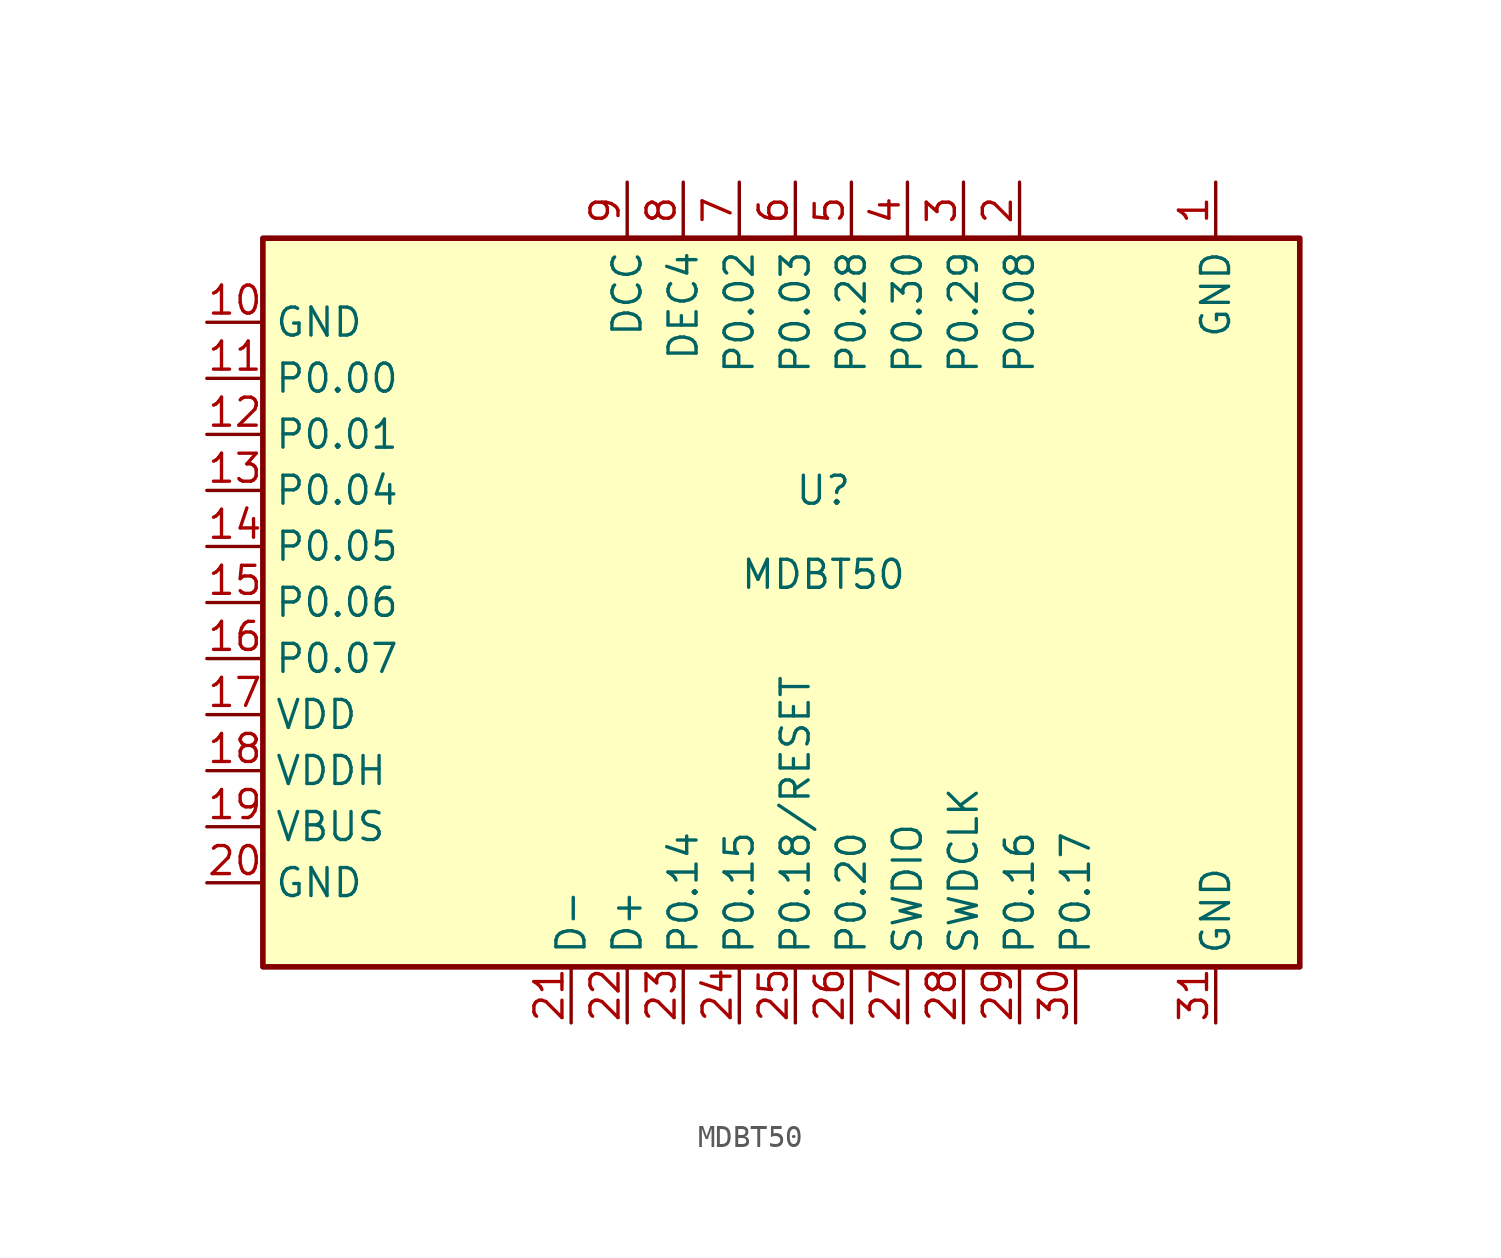
<source format=kicad_sym>
(kicad_symbol_lib
  (version 20201005)
  (generator kicad_symbol_editor)
  (symbol "module_raytec:MDBT50"
    (property "Reference" "U"
      (at 0 7.62 0)
      (effects (font (size 1.27 1.27))))
    (property "Value" "MDBT50"
      (at 0 3.81 0)
      (effects (font (size 1.27 1.27))))
    (symbol "MDBT50_0_1"
      (rectangle (start -25.4 19.05) (end 21.59 -13.97) (stroke (width 0.254)) (fill (type background))))
    (symbol "MDBT50_1_1"
      (pin power_in line (at 17.78 21.59 270) (length 2.54) (name "GND" (effects (font (size 1.27 1.27)))) (number "1" (effects (font (size 1.27 1.27)))))
      (pin power_in line (at -27.94 15.24 0) (length 2.54) (name "GND" (effects (font (size 1.27 1.27)))) (number "10" (effects (font (size 1.27 1.27)))))
      (pin bidirectional line (at -27.94 12.7 0) (length 2.54) (name "P0.00" (effects (font (size 1.27 1.27)))) (number "11" (effects (font (size 1.27 1.27)))))
      (pin bidirectional line (at -27.94 10.16 0) (length 2.54) (name "P0.01" (effects (font (size 1.27 1.27)))) (number "12" (effects (font (size 1.27 1.27)))))
      (pin bidirectional line (at -27.94 7.62 0) (length 2.54) (name "P0.04" (effects (font (size 1.27 1.27)))) (number "13" (effects (font (size 1.27 1.27)))))
      (pin bidirectional line (at -27.94 5.08 0) (length 2.54) (name "P0.05" (effects (font (size 1.27 1.27)))) (number "14" (effects (font (size 1.27 1.27)))))
      (pin bidirectional line (at -27.94 2.54 0) (length 2.54) (name "P0.06" (effects (font (size 1.27 1.27)))) (number "15" (effects (font (size 1.27 1.27)))))
      (pin bidirectional line (at -27.94 0 0) (length 2.54) (name "P0.07" (effects (font (size 1.27 1.27)))) (number "16" (effects (font (size 1.27 1.27)))))
      (pin power_in line (at -27.94 -2.54 0) (length 2.54) (name "VDD" (effects (font (size 1.27 1.27)))) (number "17" (effects (font (size 1.27 1.27)))))
      (pin power_in line (at -27.94 -5.08 0) (length 2.54) (name "VDDH" (effects (font (size 1.27 1.27)))) (number "18" (effects (font (size 1.27 1.27)))))
      (pin power_in line (at -27.94 -7.62 0) (length 2.54) (name "VBUS" (effects (font (size 1.27 1.27)))) (number "19" (effects (font (size 1.27 1.27)))))
      (pin bidirectional line (at 8.89 21.59 270) (length 2.54) (name "P0.08" (effects (font (size 1.27 1.27)))) (number "2" (effects (font (size 1.27 1.27)))))
      (pin power_in line (at -27.94 -10.16 0) (length 2.54) (name "GND" (effects (font (size 1.27 1.27)))) (number "20" (effects (font (size 1.27 1.27)))))
      (pin bidirectional line (at -11.43 -16.51 90) (length 2.54) (name "D-" (effects (font (size 1.27 1.27)))) (number "21" (effects (font (size 1.27 1.27)))))
      (pin bidirectional line (at -8.89 -16.51 90) (length 2.54) (name "D+" (effects (font (size 1.27 1.27)))) (number "22" (effects (font (size 1.27 1.27)))))
      (pin bidirectional line (at -6.35 -16.51 90) (length 2.54) (name "P0.14" (effects (font (size 1.27 1.27)))) (number "23" (effects (font (size 1.27 1.27)))))
      (pin bidirectional line (at -3.81 -16.51 90) (length 2.54) (name "P0.15" (effects (font (size 1.27 1.27)))) (number "24" (effects (font (size 1.27 1.27)))))
      (pin bidirectional line (at -1.27 -16.51 90) (length 2.54) (name "P0.18/RESET" (effects (font (size 1.27 1.27)))) (number "25" (effects (font (size 1.27 1.27)))))
      (pin bidirectional line (at 1.27 -16.51 90) (length 2.54) (name "P0.20" (effects (font (size 1.27 1.27)))) (number "26" (effects (font (size 1.27 1.27)))))
      (pin bidirectional line (at 3.81 -16.51 90) (length 2.54) (name "SWDIO" (effects (font (size 1.27 1.27)))) (number "27" (effects (font (size 1.27 1.27)))))
      (pin bidirectional line (at 6.35 -16.51 90) (length 2.54) (name "SWDCLK" (effects (font (size 1.27 1.27)))) (number "28" (effects (font (size 1.27 1.27)))))
      (pin bidirectional line (at 8.89 -16.51 90) (length 2.54) (name "P0.16" (effects (font (size 1.27 1.27)))) (number "29" (effects (font (size 1.27 1.27)))))
      (pin bidirectional line (at 6.35 21.59 270) (length 2.54) (name "P0.29" (effects (font (size 1.27 1.27)))) (number "3" (effects (font (size 1.27 1.27)))))
      (pin bidirectional line (at 11.43 -16.51 90) (length 2.54) (name "P0.17" (effects (font (size 1.27 1.27)))) (number "30" (effects (font (size 1.27 1.27)))))
      (pin power_in line (at 17.78 -16.51 90) (length 2.54) (name "GND" (effects (font (size 1.27 1.27)))) (number "31" (effects (font (size 1.27 1.27)))))
      (pin bidirectional line (at 3.81 21.59 270) (length 2.54) (name "P0.30" (effects (font (size 1.27 1.27)))) (number "4" (effects (font (size 1.27 1.27)))))
      (pin bidirectional line (at 1.27 21.59 270) (length 2.54) (name "P0.28" (effects (font (size 1.27 1.27)))) (number "5" (effects (font (size 1.27 1.27)))))
      (pin bidirectional line (at -1.27 21.59 270) (length 2.54) (name "P0.03" (effects (font (size 1.27 1.27)))) (number "6" (effects (font (size 1.27 1.27)))))
      (pin bidirectional line (at -3.81 21.59 270) (length 2.54) (name "P0.02" (effects (font (size 1.27 1.27)))) (number "7" (effects (font (size 1.27 1.27)))))
      (pin bidirectional line (at -6.35 21.59 270) (length 2.54) (name "DEC4" (effects (font (size 1.27 1.27)))) (number "8" (effects (font (size 1.27 1.27)))))
      (pin bidirectional line (at -8.89 21.59 270) (length 2.54) (name "DCC" (effects (font (size 1.27 1.27)))) (number "9" (effects (font (size 1.27 1.27))))))))
</source>
